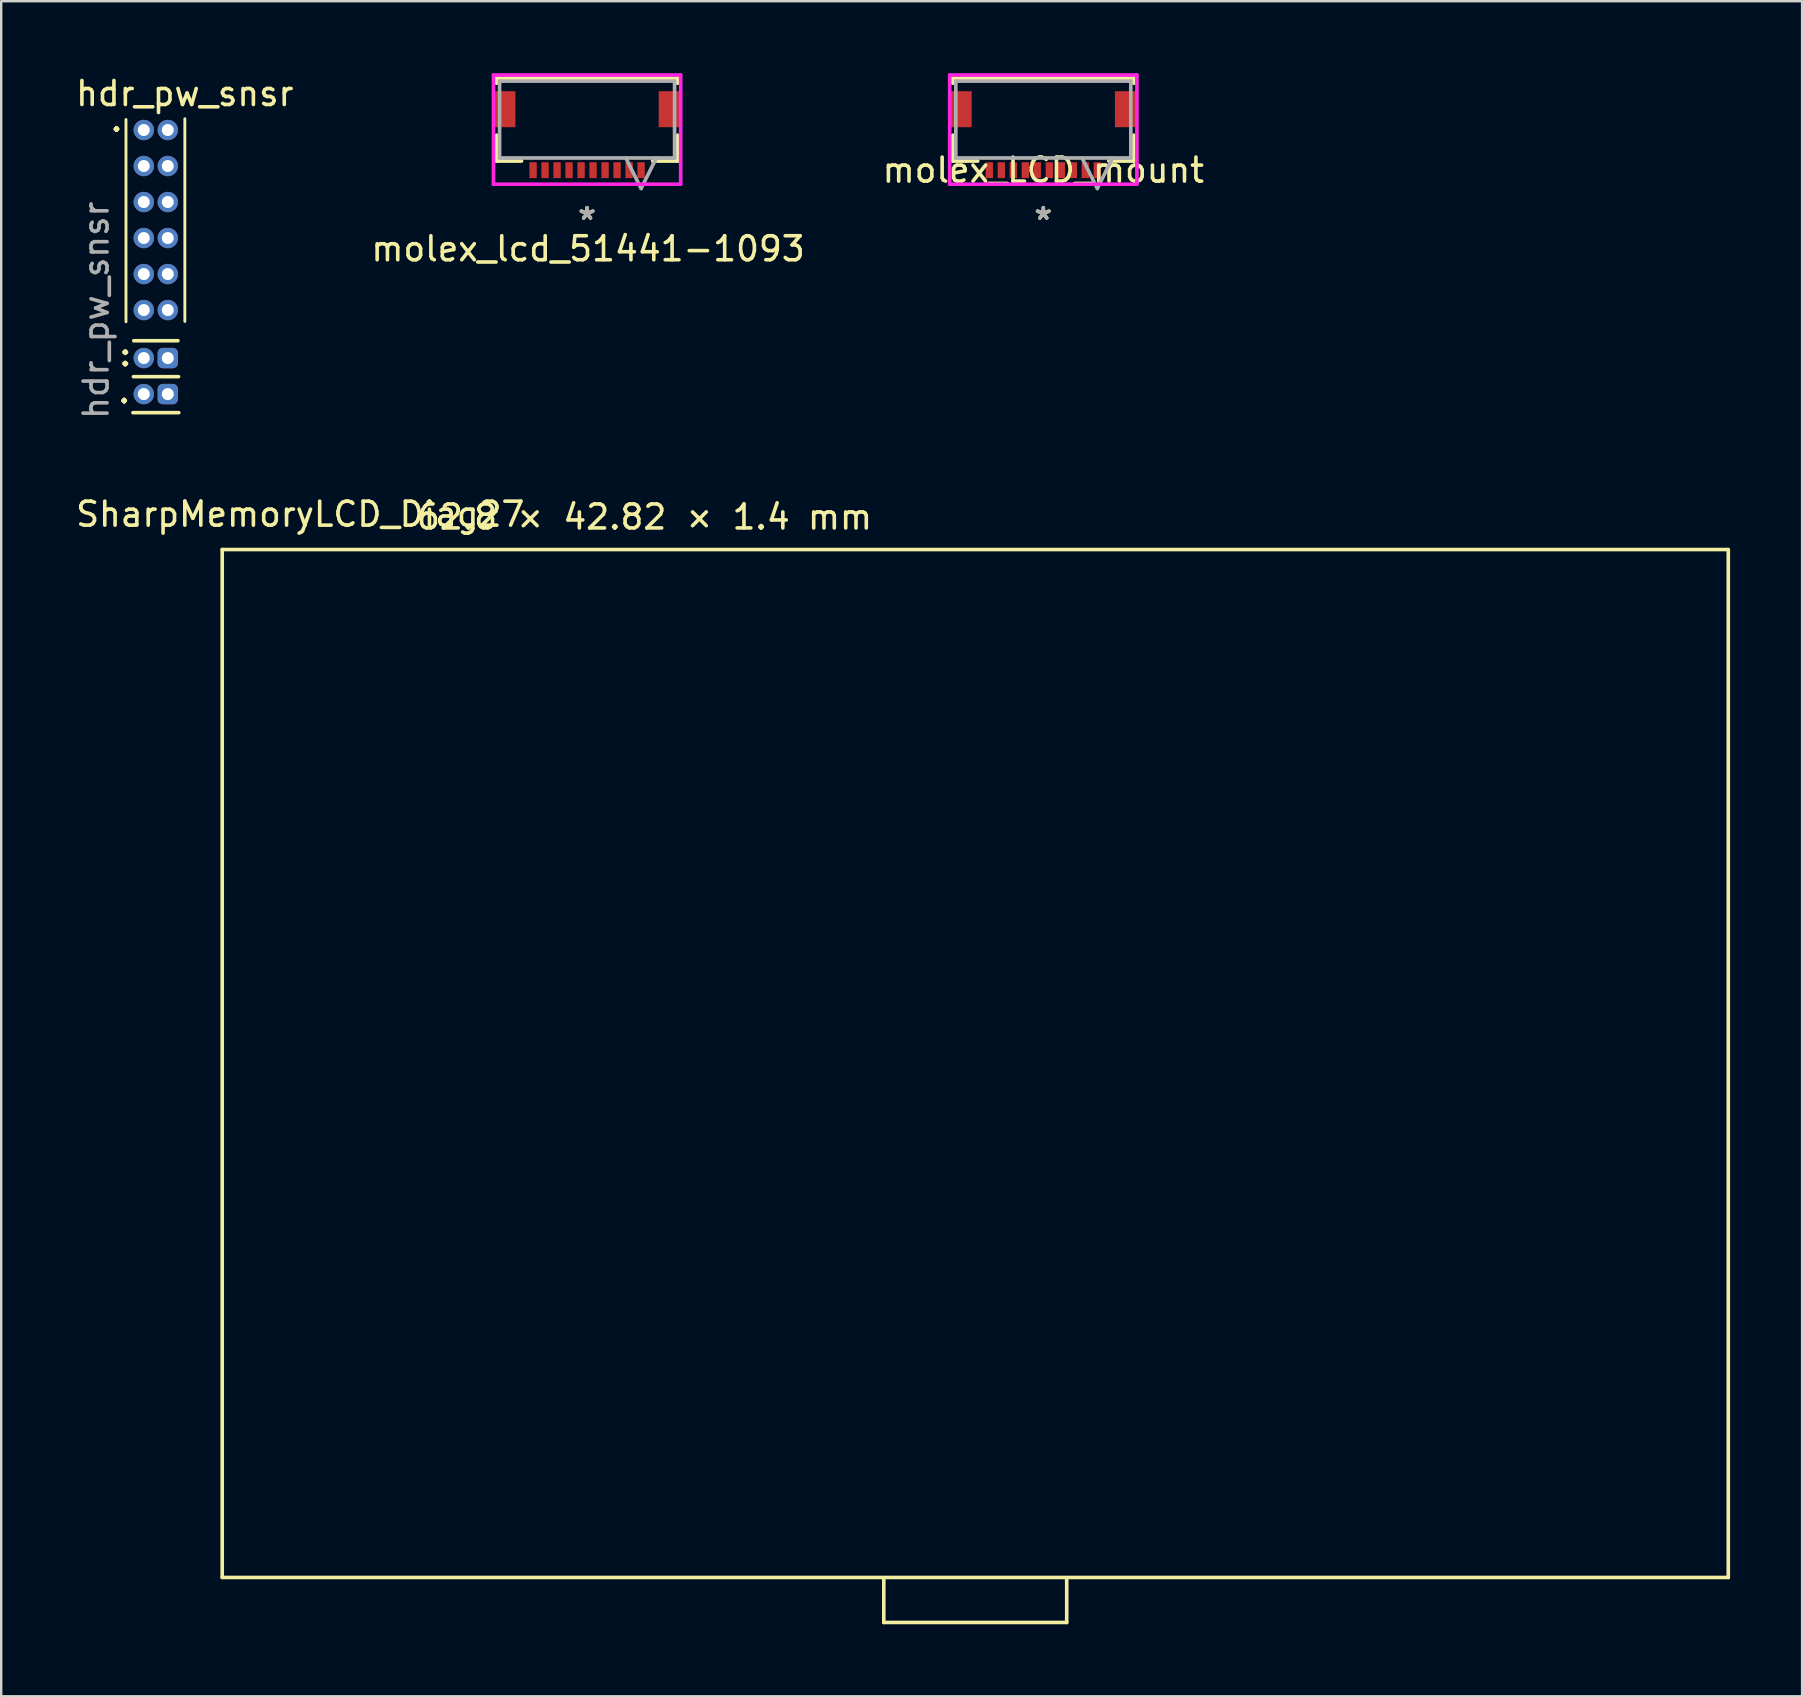
<source format=kicad_pcb>
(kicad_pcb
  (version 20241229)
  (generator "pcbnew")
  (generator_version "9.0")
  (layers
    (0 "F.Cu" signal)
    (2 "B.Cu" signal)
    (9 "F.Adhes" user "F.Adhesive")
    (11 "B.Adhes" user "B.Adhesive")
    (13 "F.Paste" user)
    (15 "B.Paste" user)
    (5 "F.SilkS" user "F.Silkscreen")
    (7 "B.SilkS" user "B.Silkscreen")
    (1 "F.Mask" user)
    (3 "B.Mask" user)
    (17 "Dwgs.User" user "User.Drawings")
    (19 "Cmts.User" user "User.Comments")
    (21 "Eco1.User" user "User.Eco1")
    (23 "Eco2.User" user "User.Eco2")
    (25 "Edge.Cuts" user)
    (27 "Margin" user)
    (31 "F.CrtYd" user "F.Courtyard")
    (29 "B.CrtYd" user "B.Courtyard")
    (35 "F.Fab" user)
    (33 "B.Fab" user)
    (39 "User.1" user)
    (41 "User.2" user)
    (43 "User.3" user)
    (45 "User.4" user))
  (footprint "molex_lcd_51441-1093"
    (layer "F.Cu")
    (at 21.406 6.147)
    (property "Reference" "molex_lcd_51441-1093" (at 0.041 1.168 0) (layer "F.SilkS") (effects (font (size 1 1) (thickness 0.15))))
    (attr through_hole)
    (fp_line (start -3.772 -5.944) (end -3.772 -5.73) (stroke (width 0.152) (type solid)) (layer "F.SilkS"))
    (fp_line (start -3.772 -3.566) (end -3.772 -2.489) (stroke (width 0.152) (type solid)) (layer "F.SilkS"))
    (fp_line (start -3.772 -2.489) (end -2.731 -2.489) (stroke (width 0.152) (type solid)) (layer "F.SilkS"))
    (fp_line (start 2.731 -2.489) (end 3.772 -2.489) (stroke (width 0.152) (type solid)) (layer "F.SilkS"))
    (fp_line (start 3.772 -5.944) (end -3.772 -5.944) (stroke (width 0.152) (type solid)) (layer "F.SilkS"))
    (fp_line (start 3.772 -5.73) (end 3.772 -5.944) (stroke (width 0.152) (type solid)) (layer "F.SilkS"))
    (fp_line (start 3.772 -2.489) (end 3.772 -3.566) (stroke (width 0.152) (type solid)) (layer "F.SilkS"))
    (fp_line (start -3.899 -6.071) (end -3.899 -1.524) (stroke (width 0.152) (type solid)) (layer "F.CrtYd"))
    (fp_line (start -3.899 -1.524) (end 3.899 -1.524) (stroke (width 0.152) (type solid)) (layer "F.CrtYd"))
    (fp_line (start 3.899 -6.071) (end -3.899 -6.071) (stroke (width 0.152) (type solid)) (layer "F.CrtYd"))
    (fp_line (start 3.899 -1.524) (end 3.899 -6.071) (stroke (width 0.152) (type solid)) (layer "F.CrtYd"))
    (fp_line (start -3.645 -5.817) (end -3.645 -2.616) (stroke (width 0.152) (type solid)) (layer "F.Fab"))
    (fp_line (start -3.645 -2.616) (end 3.645 -2.616) (stroke (width 0.152) (type solid)) (layer "F.Fab"))
    (fp_line (start 1.615 -2.616) (end 2.25 -1.346) (stroke (width 0.152) (type solid)) (layer "F.Fab"))
    (fp_line (start 2.885 -2.616) (end 2.25 -1.346) (stroke (width 0.152) (type solid)) (layer "F.Fab"))
    (fp_line (start 3.645 -5.817) (end -3.645 -5.817) (stroke (width 0.152) (type solid)) (layer "F.Fab"))
    (fp_line (start 3.645 -2.616) (end 3.645 -5.817) (stroke (width 0.152) (type solid)) (layer "F.Fab"))
    (fp_text user "*" (at 0 0 0) (layer "F.SilkS") (effects (font (size 1 1) (thickness 0.15))))
    (fp_text user "Copyright 2016 Accelerated Designs. All rights reserved." (at 0 0 0) (layer "Cmts.User") (effects (font (size 0.127 0.127) (thickness 0.002))))
    (fp_text user "*" (at 0 0 0) (layer "F.Fab") (effects (font (size 1 1) (thickness 0.15))))
    (pad "1" smd rect (at 2.25 -2.108 90) (size 0.66 0.305) (layers "F.Cu" "F.Mask" "F.Paste"))
    (pad "2" smd rect (at 1.75 -2.108 90) (size 0.66 0.305) (layers "F.Cu" "F.Mask" "F.Paste"))
    (pad "3" smd rect (at 1.25 -2.108 90) (size 0.66 0.305) (layers "F.Cu" "F.Mask" "F.Paste"))
    (pad "4" smd rect (at 0.75 -2.108 90) (size 0.66 0.305) (layers "F.Cu" "F.Mask" "F.Paste"))
    (pad "5" smd rect (at 0.25 -2.108 90) (size 0.66 0.305) (layers "F.Cu" "F.Mask" "F.Paste"))
    (pad "6" smd rect (at -0.25 -2.108 90) (size 0.66 0.305) (layers "F.Cu" "F.Mask" "F.Paste"))
    (pad "7" smd rect (at -0.75 -2.108 90) (size 0.66 0.305) (layers "F.Cu" "F.Mask" "F.Paste"))
    (pad "8" smd rect (at -1.25 -2.108 90) (size 0.66 0.305) (layers "F.Cu" "F.Mask" "F.Paste"))
    (pad "9" smd rect (at -1.75 -2.108 90) (size 0.66 0.305) (layers "F.Cu" "F.Mask" "F.Paste"))
    (pad "10" smd rect (at -2.25 -2.108 90) (size 0.66 0.305) (layers "F.Cu" "F.Mask" "F.Paste"))
    (pad "11" smd rect (at -3.416 -4.648) (size 0.864 1.499) (layers "F.Cu" "F.Mask" "F.Paste"))
    (pad "12" smd rect (at 3.416 -4.648) (size 0.864 1.499) (layers "F.Cu" "F.Mask" "F.Paste")))
  (footprint "molex_LCD_mount"
    (layer "F.Cu")
    (at 40.411 6.147)
    (property "Reference" "molex_LCD_mount" (at 0 -2.108 0) (layer "F.SilkS") (effects (font (size 1 1) (thickness 0.15))))
    (attr through_hole)
    (fp_line (start -3.772 -5.944) (end -3.772 -5.73) (stroke (width 0.152) (type solid)) (layer "F.SilkS"))
    (fp_line (start -3.772 -3.566) (end -3.772 -2.489) (stroke (width 0.152) (type solid)) (layer "F.SilkS"))
    (fp_line (start -3.772 -2.489) (end -2.731 -2.489) (stroke (width 0.152) (type solid)) (layer "F.SilkS"))
    (fp_line (start 2.731 -2.489) (end 3.772 -2.489) (stroke (width 0.152) (type solid)) (layer "F.SilkS"))
    (fp_line (start 3.772 -5.944) (end -3.772 -5.944) (stroke (width 0.152) (type solid)) (layer "F.SilkS"))
    (fp_line (start 3.772 -5.73) (end 3.772 -5.944) (stroke (width 0.152) (type solid)) (layer "F.SilkS"))
    (fp_line (start 3.772 -2.489) (end 3.772 -3.566) (stroke (width 0.152) (type solid)) (layer "F.SilkS"))
    (fp_line (start -3.899 -6.071) (end -3.899 -1.524) (stroke (width 0.152) (type solid)) (layer "F.CrtYd"))
    (fp_line (start -3.899 -1.524) (end 3.899 -1.524) (stroke (width 0.152) (type solid)) (layer "F.CrtYd"))
    (fp_line (start 3.899 -6.071) (end -3.899 -6.071) (stroke (width 0.152) (type solid)) (layer "F.CrtYd"))
    (fp_line (start 3.899 -1.524) (end 3.899 -6.071) (stroke (width 0.152) (type solid)) (layer "F.CrtYd"))
    (fp_line (start -3.645 -5.817) (end -3.645 -2.616) (stroke (width 0.152) (type solid)) (layer "F.Fab"))
    (fp_line (start -3.645 -2.616) (end 3.645 -2.616) (stroke (width 0.152) (type solid)) (layer "F.Fab"))
    (fp_line (start 1.615 -2.616) (end 2.25 -1.346) (stroke (width 0.152) (type solid)) (layer "F.Fab"))
    (fp_line (start 2.885 -2.616) (end 2.25 -1.346) (stroke (width 0.152) (type solid)) (layer "F.Fab"))
    (fp_line (start 3.645 -5.817) (end -3.645 -5.817) (stroke (width 0.152) (type solid)) (layer "F.Fab"))
    (fp_line (start 3.645 -2.616) (end 3.645 -5.817) (stroke (width 0.152) (type solid)) (layer "F.Fab"))
    (fp_text user "*" (at 0 0 0) (layer "F.SilkS") (effects (font (size 1 1) (thickness 0.15))))
    (fp_text user "Copyright 2016 Accelerated Designs. All rights reserved." (at 0 0 0) (layer "Cmts.User") (effects (font (size 0.127 0.127) (thickness 0.002))))
    (fp_text user "*" (at 0 0 0) (layer "F.Fab") (effects (font (size 1 1) (thickness 0.15))))
    (pad "1" smd rect (at 2.25 -2.108 90) (size 0.66 0.305) (layers "F.Cu" "F.Mask" "F.Paste"))
    (pad "2" smd rect (at 1.75 -2.108 90) (size 0.66 0.305) (layers "F.Cu" "F.Mask" "F.Paste"))
    (pad "3" smd rect (at 1.25 -2.108 90) (size 0.66 0.305) (layers "F.Cu" "F.Mask" "F.Paste"))
    (pad "4" smd rect (at 0.75 -2.108 90) (size 0.66 0.305) (layers "F.Cu" "F.Mask" "F.Paste"))
    (pad "5" smd rect (at 0.25 -2.108 90) (size 0.66 0.305) (layers "F.Cu" "F.Mask" "F.Paste"))
    (pad "6" smd rect (at -0.25 -2.108 90) (size 0.66 0.305) (layers "F.Cu" "F.Mask" "F.Paste"))
    (pad "7" smd rect (at -0.75 -2.108 90) (size 0.66 0.305) (layers "F.Cu" "F.Mask" "F.Paste"))
    (pad "8" smd rect (at -1.25 -2.108 90) (size 0.66 0.305) (layers "F.Cu" "F.Mask" "F.Paste"))
    (pad "9" smd rect (at -1.75 -2.108 90) (size 0.66 0.305) (layers "F.Cu" "F.Mask" "F.Paste"))
    (pad "10" smd rect (at -2.25 -2.108 90) (size 0.66 0.305) (layers "F.Cu" "F.Mask" "F.Paste"))
    (pad "11" smd rect (at -3.416 -4.648) (size 0.864 1.499) (layers "F.Cu" "F.Mask" "F.Paste"))
    (pad "12" smd rect (at 3.416 -4.648) (size 0.864 1.499) (layers "F.Cu" "F.Mask" "F.Paste")))
  (footprint "SharpMemoryLCD_Diag27"
    (layer "F.Cu")
    (at 37.576 42.947)
    (property "Reference" "SharpMemoryLCD_Diag27" (at -28.118 -24.577 0) (layer "F.SilkS") (effects (font (size 1 1) (thickness 0.15))))
    (attr through_hole)
    (fp_line (start -31.369 -23.104) (end 31.369 -23.104) (stroke (width 0.15) (type solid)) (layer "F.SilkS"))
    (fp_line (start -31.369 19.715) (end -31.369 -23.105) (stroke (width 0.15) (type solid)) (layer "F.SilkS"))
    (fp_line (start -31.369 19.715) (end 31.369 19.715) (stroke (width 0.15) (type solid)) (layer "F.SilkS"))
    (fp_line (start -3.81 19.731) (end -3.81 21.59) (stroke (width 0.15) (type solid)) (layer "F.SilkS"))
    (fp_line (start -3.81 21.59) (end 3.81 21.59) (stroke (width 0.15) (type solid)) (layer "F.SilkS"))
    (fp_line (start 3.81 19.731) (end 3.81 21.59) (stroke (width 0.15) (type solid)) (layer "F.SilkS"))
    (fp_line (start 31.369 19.716) (end 31.369 -23.104) (stroke (width 0.15) (type solid)) (layer "F.SilkS"))
    (fp_text user "62.8 × 42.82 × 1.4 mm" (at -13.777 -24.46 0) (layer "F.SilkS") (effects (font (size 1 1) (thickness 0.15)))))
  (footprint "hdr_pw_snsr"
    (layer "F.Cu")
    (at 2.94 4.366)
    (property "Reference" "hdr_pw_snsr" (at 1.708 -3.518 0) (layer "F.SilkS") (effects (font (size 1 1) (thickness 0.15))))
    (attr through_hole)
    (fp_line (start -0.742 -2.438) (end -0.742 5.989) (stroke (width 0.12) (type solid)) (layer "F.SilkS"))
    (fp_line (start -0.452 9.774) (end 1.458 9.774) (stroke (width 0.15) (type solid)) (layer "F.SilkS"))
    (fp_line (start -0.432 8.275) (end 1.448 8.275) (stroke (width 0.15) (type solid)) (layer "F.SilkS"))
    (fp_line (start -0.417 6.777) (end 1.422 6.777) (stroke (width 0.15) (type solid)) (layer "F.SilkS"))
    (fp_line (start 1.71 -2.469) (end 1.71 5.974) (stroke (width 0.12) (type solid)) (layer "F.SilkS"))
    (fp_text user "." (at -1.138 -2.449 0) (layer "F.SilkS") (effects (font (size 1 1) (thickness 0.15))))
    (fp_text user ".." (at -1.179 7.493 90) (layer "F.SilkS") (effects (font (size 1 1) (thickness 0.15))))
    (fp_text user "." (at -0.818 8.865 0) (layer "F.SilkS") (effects (font (size 1 1) (thickness 0.15))))
    (fp_text user "${REFERENCE}" (at -1.986 5.507 90) (layer "F.Fab") (effects (font (size 1 1) (thickness 0.15))))
    (pad "1" thru_hole oval (at 0 -2) (size 0.85 0.85) (drill 0.5) (layers "*.Cu" "*.Mask"))
    (pad "2" thru_hole oval (at 0 -0.5) (size 0.85 0.85) (drill 0.5) (layers "*.Cu" "*.Mask"))
    (pad "3" thru_hole oval (at 0 1) (size 0.85 0.85) (drill 0.5) (layers "*.Cu" "*.Mask"))
    (pad "4" thru_hole oval (at 0 2.5) (size 0.85 0.85) (drill 0.5) (layers "*.Cu" "*.Mask"))
    (pad "5" thru_hole oval (at 0 4) (size 0.85 0.85) (drill 0.5) (layers "*.Cu" "*.Mask"))
    (pad "6" thru_hole oval (at 0 5.5) (size 0.85 0.85) (drill 0.5) (layers "*.Cu" "*.Mask"))
    (pad "7" thru_hole oval (at 1 5.5) (size 0.85 0.85) (drill 0.5) (layers "*.Cu" "*.Mask"))
    (pad "8" thru_hole oval (at 1 4) (size 0.85 0.85) (drill 0.5) (layers "*.Cu" "*.Mask"))
    (pad "9" thru_hole oval (at 1 2.5) (size 0.85 0.85) (drill 0.5) (layers "*.Cu" "*.Mask"))
    (pad "10" thru_hole oval (at 1 1) (size 0.85 0.85) (drill 0.5) (layers "*.Cu" "*.Mask"))
    (pad "11" thru_hole oval (at 1 -0.5) (size 0.85 0.85) (drill 0.5) (layers "*.Cu" "*.Mask"))
    (pad "12" thru_hole oval (at 1 -2) (size 0.85 0.85) (drill 0.5) (layers "*.Cu" "*.Mask"))
    (pad "13" thru_hole circle (at 0 7.5) (size 0.85 0.85) (drill 0.5) (layers "*.Cu" "*.Mask"))
    (pad "14" thru_hole roundrect (at 1 7.5) (size 0.85 0.85) (drill 0.5) (layers "*.Cu" "*.Mask") (roundrect_rratio 0.25))
    (pad "15" thru_hole circle (at 0 9) (size 0.85 0.85) (drill 0.5) (layers "*.Cu" "*.Mask"))
    (pad "16" thru_hole roundrect (at 1 9) (size 0.85 0.85) (drill 0.5) (layers "*.Cu" "*.Mask") (roundrect_rratio 0.25)))
  (gr_rect
    (start -3 -3)
    (end 72.02 67.612)
    (stroke (width 0.1) (type default))
    (fill no)
    (layer "Edge.Cuts")))
</source>
